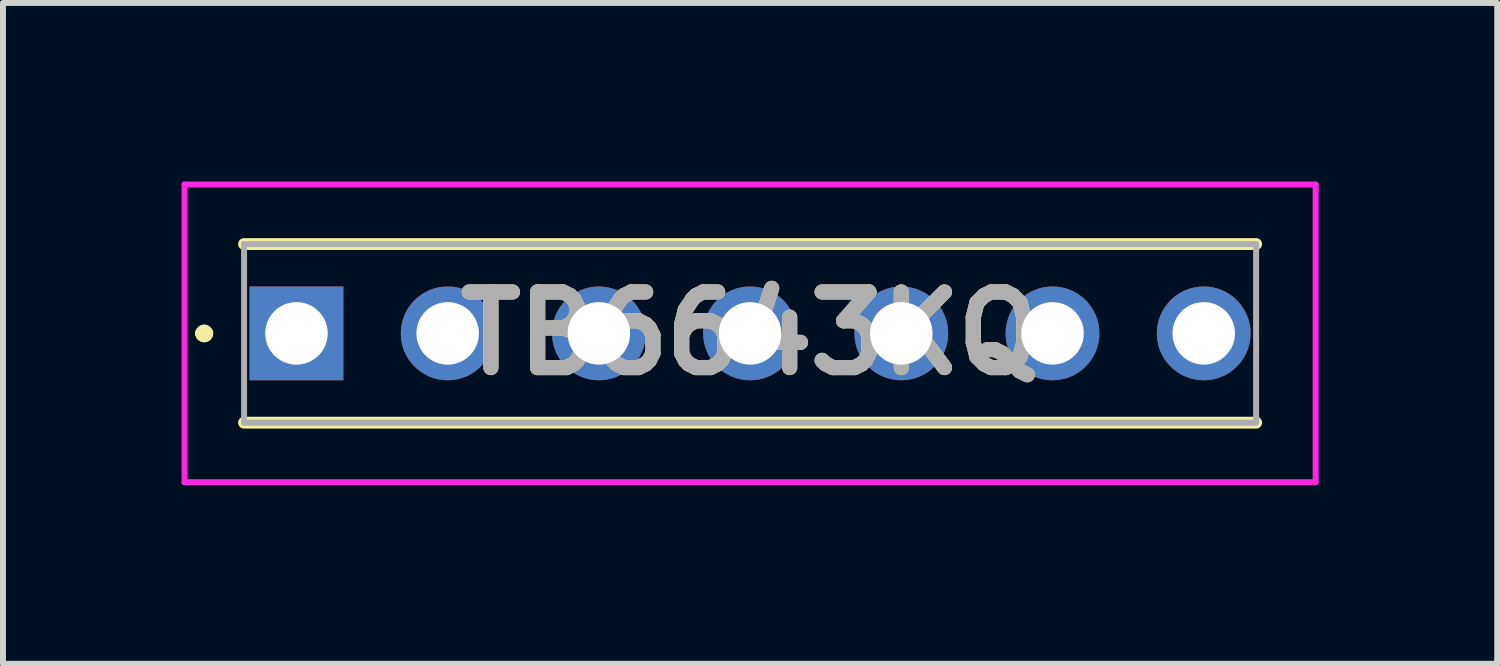
<source format=kicad_pcb>
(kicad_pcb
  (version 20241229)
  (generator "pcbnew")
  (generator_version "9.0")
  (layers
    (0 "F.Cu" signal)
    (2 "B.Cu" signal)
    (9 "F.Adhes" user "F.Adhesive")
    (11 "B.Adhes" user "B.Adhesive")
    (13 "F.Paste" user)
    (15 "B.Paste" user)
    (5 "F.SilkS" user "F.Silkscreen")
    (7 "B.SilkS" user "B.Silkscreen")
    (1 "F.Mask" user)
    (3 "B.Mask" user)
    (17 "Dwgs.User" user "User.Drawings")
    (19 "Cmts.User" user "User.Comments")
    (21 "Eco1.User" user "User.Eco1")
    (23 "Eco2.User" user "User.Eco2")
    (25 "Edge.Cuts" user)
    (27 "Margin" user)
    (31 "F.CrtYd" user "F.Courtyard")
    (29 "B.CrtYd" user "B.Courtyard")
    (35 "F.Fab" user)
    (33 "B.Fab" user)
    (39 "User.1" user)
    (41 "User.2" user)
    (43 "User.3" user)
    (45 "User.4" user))
  (footprint "TB6643KQ"
    (layer "F.Cu")
    (at 1.93 2.55)
    (property "Reference" "TB6643KQ" (at 7.62 0 0) (layer "F.SilkS") (effects (font (size 1.27 1.27) (thickness 0.254))))
    (attr through_hole)
    (fp_line (start -1.6 0) (end -1.6 0) (stroke (width 0.2) (type solid)) (layer "F.SilkS"))
    (fp_line (start -1.6 0) (end -1.6 0) (stroke (width 0.2) (type solid)) (layer "F.SilkS"))
    (fp_line (start -1.5 0) (end -1.5 0) (stroke (width 0.2) (type solid)) (layer "F.SilkS"))
    (fp_line (start -0.88 -1.5) (end 16.12 -1.5) (stroke (width 0.2) (type solid)) (layer "F.SilkS"))
    (fp_line (start -0.88 1.5) (end 16.12 1.5) (stroke (width 0.2) (type solid)) (layer "F.SilkS"))
    (fp_arc (start -1.6 0) (mid -1.55 -0.05) (end -1.5 0) (stroke (width 0.2) (type solid)) (layer "F.SilkS"))
    (fp_arc (start -1.5 0) (mid -1.55 0.05) (end -1.6 0) (stroke (width 0.2) (type solid)) (layer "F.SilkS"))
    (fp_arc (start -1.5 0) (mid -1.55 0.05) (end -1.6 0) (stroke (width 0.2) (type solid)) (layer "F.SilkS"))
    (fp_line (start -1.88 -2.5) (end 17.12 -2.5) (stroke (width 0.1) (type solid)) (layer "F.CrtYd"))
    (fp_line (start -1.88 2.5) (end -1.88 -2.5) (stroke (width 0.1) (type solid)) (layer "F.CrtYd"))
    (fp_line (start 17.12 -2.5) (end 17.12 2.5) (stroke (width 0.1) (type solid)) (layer "F.CrtYd"))
    (fp_line (start 17.12 2.5) (end -1.88 2.5) (stroke (width 0.1) (type solid)) (layer "F.CrtYd"))
    (fp_line (start -0.88 -1.5) (end 16.12 -1.5) (stroke (width 0.1) (type solid)) (layer "F.Fab"))
    (fp_line (start -0.88 1.5) (end -0.88 -1.5) (stroke (width 0.1) (type solid)) (layer "F.Fab"))
    (fp_line (start 16.12 -1.5) (end 16.12 1.5) (stroke (width 0.1) (type solid)) (layer "F.Fab"))
    (fp_line (start 16.12 1.5) (end -0.88 1.5) (stroke (width 0.1) (type solid)) (layer "F.Fab"))
    (fp_text user "${REFERENCE}" (at 7.62 0 0) (layer "F.Fab") (effects (font (size 1.27 1.27) (thickness 0.254))))
    (pad "1" thru_hole rect (at 0 0) (size 1.575 1.575) (drill 1.05) (layers "*.Cu" "*.Mask"))
    (pad "2" thru_hole circle (at 2.54 0) (size 1.575 1.575) (drill 1.05) (layers "*.Cu" "*.Mask"))
    (pad "3" thru_hole circle (at 5.08 0) (size 1.575 1.575) (drill 1.05) (layers "*.Cu" "*.Mask"))
    (pad "4" thru_hole circle (at 7.62 0) (size 1.575 1.575) (drill 1.05) (layers "*.Cu" "*.Mask"))
    (pad "5" thru_hole circle (at 10.16 0) (size 1.575 1.575) (drill 1.05) (layers "*.Cu" "*.Mask"))
    (pad "6" thru_hole circle (at 12.7 0) (size 1.575 1.575) (drill 1.05) (layers "*.Cu" "*.Mask"))
    (pad "7" thru_hole circle (at 15.24 0) (size 1.575 1.575) (drill 1.05) (layers "*.Cu" "*.Mask")))
  (gr_rect
    (start -3 -3)
    (end 22.1 8.1)
    (stroke (width 0.1) (type default))
    (fill no)
    (layer "Edge.Cuts")))
</source>
